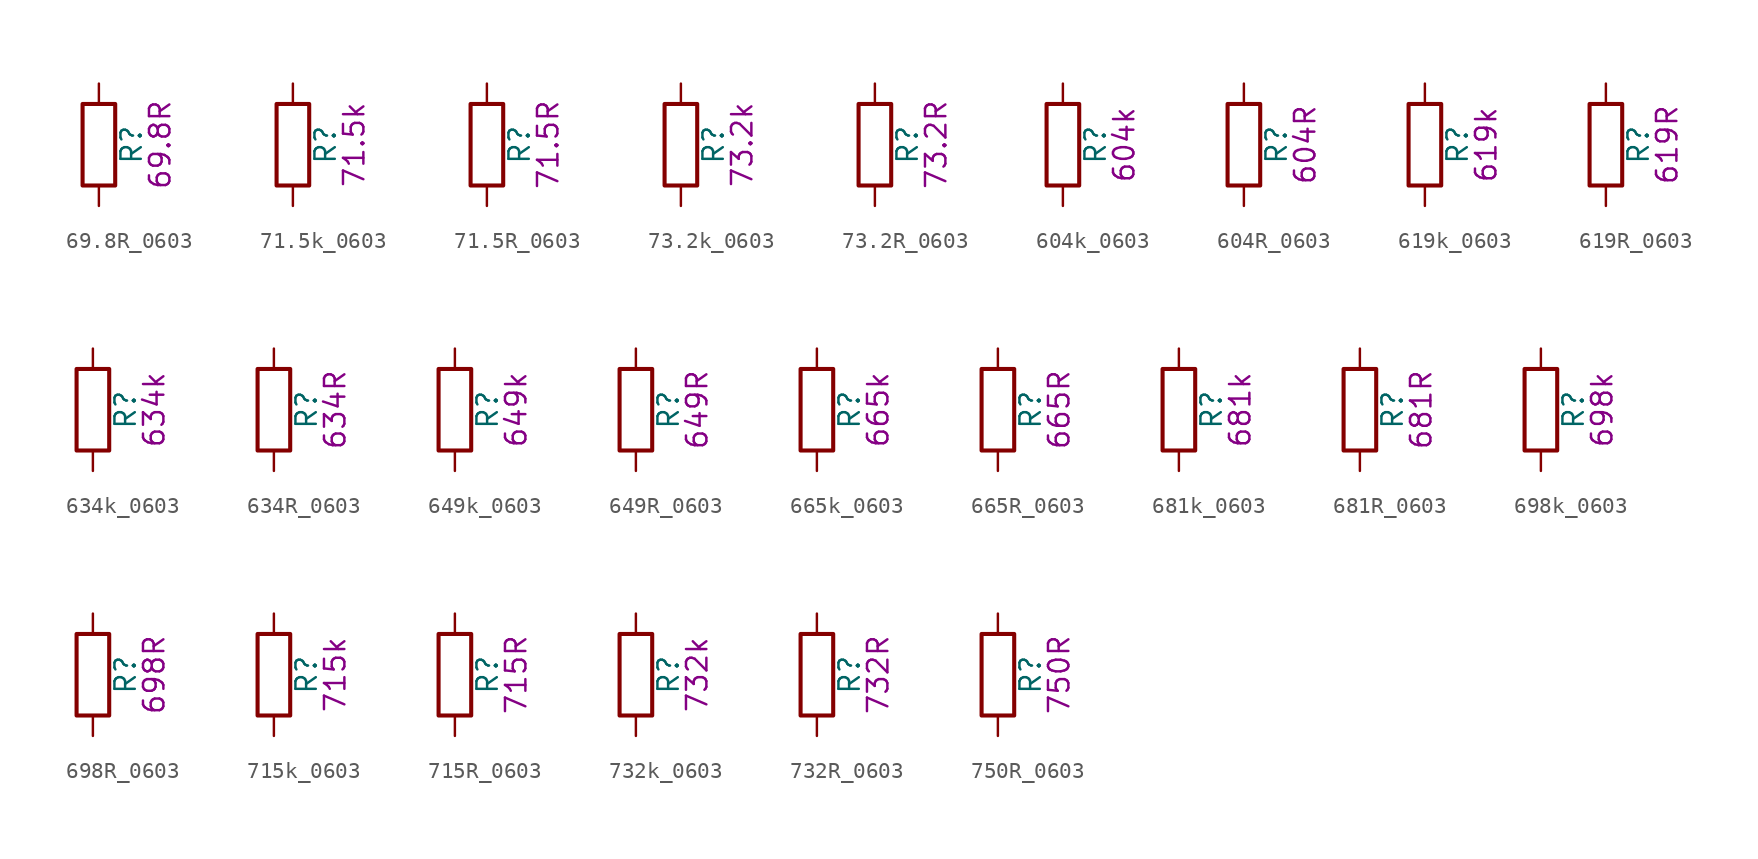
<source format=kicad_sym>
(kicad_symbol_lib
  (version 20211014)
  (generator kicad_symbol_editor)
  (symbol "69.8R_0603"
    (pin_numbers hide)
    (pin_names
      (offset 0))
    (property "Reference" "R"
      (at 2.032 0 90)
      (effects (font (size 1.27 1.27))))
    (property "Display" "69.8R"
      (at 3.81 0 90)
      (effects (font (size 1.27 1.27))))
    (symbol "69.8R_0603_0_1"
      (rectangle (start -1.016 -2.54) (end 1.016 2.54) (stroke (width 0.254) (type default) (color 0 0 0 0)) (fill (type none))))
    (symbol "69.8R_0603_1_1"
      (pin passive line (at 0 3.81 270) (length 1.27) (name "~" (effects (font (size 1.27 1.27)))) (number "1" (effects (font (size 1.27 1.27)))))
      (pin passive line (at 0 -3.81 90) (length 1.27) (name "~" (effects (font (size 1.27 1.27)))) (number "2" (effects (font (size 1.27 1.27)))))))
  (symbol "71.5k_0603"
    (pin_numbers hide)
    (pin_names
      (offset 0))
    (property "Reference" "R"
      (at 2.032 0 90)
      (effects (font (size 1.27 1.27))))
    (property "Display" "71.5k"
      (at 3.81 0 90)
      (effects (font (size 1.27 1.27))))
    (symbol "71.5k_0603_0_1"
      (rectangle (start -1.016 -2.54) (end 1.016 2.54) (stroke (width 0.254) (type default) (color 0 0 0 0)) (fill (type none))))
    (symbol "71.5k_0603_1_1"
      (pin passive line (at 0 3.81 270) (length 1.27) (name "~" (effects (font (size 1.27 1.27)))) (number "1" (effects (font (size 1.27 1.27)))))
      (pin passive line (at 0 -3.81 90) (length 1.27) (name "~" (effects (font (size 1.27 1.27)))) (number "2" (effects (font (size 1.27 1.27)))))))
  (symbol "71.5R_0603"
    (pin_numbers hide)
    (pin_names
      (offset 0))
    (property "Reference" "R"
      (at 2.032 0 90)
      (effects (font (size 1.27 1.27))))
    (property "Display" "71.5R"
      (at 3.81 0 90)
      (effects (font (size 1.27 1.27))))
    (symbol "71.5R_0603_0_1"
      (rectangle (start -1.016 -2.54) (end 1.016 2.54) (stroke (width 0.254) (type default) (color 0 0 0 0)) (fill (type none))))
    (symbol "71.5R_0603_1_1"
      (pin passive line (at 0 3.81 270) (length 1.27) (name "~" (effects (font (size 1.27 1.27)))) (number "1" (effects (font (size 1.27 1.27)))))
      (pin passive line (at 0 -3.81 90) (length 1.27) (name "~" (effects (font (size 1.27 1.27)))) (number "2" (effects (font (size 1.27 1.27)))))))
  (symbol "73.2k_0603"
    (pin_numbers hide)
    (pin_names
      (offset 0))
    (property "Reference" "R"
      (at 2.032 0 90)
      (effects (font (size 1.27 1.27))))
    (property "Display" "73.2k"
      (at 3.81 0 90)
      (effects (font (size 1.27 1.27))))
    (symbol "73.2k_0603_0_1"
      (rectangle (start -1.016 -2.54) (end 1.016 2.54) (stroke (width 0.254) (type default) (color 0 0 0 0)) (fill (type none))))
    (symbol "73.2k_0603_1_1"
      (pin passive line (at 0 3.81 270) (length 1.27) (name "~" (effects (font (size 1.27 1.27)))) (number "1" (effects (font (size 1.27 1.27)))))
      (pin passive line (at 0 -3.81 90) (length 1.27) (name "~" (effects (font (size 1.27 1.27)))) (number "2" (effects (font (size 1.27 1.27)))))))
  (symbol "73.2R_0603"
    (pin_numbers hide)
    (pin_names
      (offset 0))
    (property "Reference" "R"
      (at 2.032 0 90)
      (effects (font (size 1.27 1.27))))
    (property "Display" "73.2R"
      (at 3.81 0 90)
      (effects (font (size 1.27 1.27))))
    (symbol "73.2R_0603_0_1"
      (rectangle (start -1.016 -2.54) (end 1.016 2.54) (stroke (width 0.254) (type default) (color 0 0 0 0)) (fill (type none))))
    (symbol "73.2R_0603_1_1"
      (pin passive line (at 0 3.81 270) (length 1.27) (name "~" (effects (font (size 1.27 1.27)))) (number "1" (effects (font (size 1.27 1.27)))))
      (pin passive line (at 0 -3.81 90) (length 1.27) (name "~" (effects (font (size 1.27 1.27)))) (number "2" (effects (font (size 1.27 1.27)))))))
  (symbol "604k_0603"
    (pin_numbers hide)
    (pin_names
      (offset 0))
    (property "Reference" "R"
      (at 2.032 0 90)
      (effects (font (size 1.27 1.27))))
    (property "Display" "604k"
      (at 3.81 0 90)
      (effects (font (size 1.27 1.27))))
    (symbol "604k_0603_0_1"
      (rectangle (start -1.016 -2.54) (end 1.016 2.54) (stroke (width 0.254) (type default) (color 0 0 0 0)) (fill (type none))))
    (symbol "604k_0603_1_1"
      (pin passive line (at 0 3.81 270) (length 1.27) (name "~" (effects (font (size 1.27 1.27)))) (number "1" (effects (font (size 1.27 1.27)))))
      (pin passive line (at 0 -3.81 90) (length 1.27) (name "~" (effects (font (size 1.27 1.27)))) (number "2" (effects (font (size 1.27 1.27)))))))
  (symbol "604R_0603"
    (pin_numbers hide)
    (pin_names
      (offset 0))
    (property "Reference" "R"
      (at 2.032 0 90)
      (effects (font (size 1.27 1.27))))
    (property "Display" "604R"
      (at 3.81 0 90)
      (effects (font (size 1.27 1.27))))
    (symbol "604R_0603_0_1"
      (rectangle (start -1.016 -2.54) (end 1.016 2.54) (stroke (width 0.254) (type default) (color 0 0 0 0)) (fill (type none))))
    (symbol "604R_0603_1_1"
      (pin passive line (at 0 3.81 270) (length 1.27) (name "~" (effects (font (size 1.27 1.27)))) (number "1" (effects (font (size 1.27 1.27)))))
      (pin passive line (at 0 -3.81 90) (length 1.27) (name "~" (effects (font (size 1.27 1.27)))) (number "2" (effects (font (size 1.27 1.27)))))))
  (symbol "619k_0603"
    (pin_numbers hide)
    (pin_names
      (offset 0))
    (property "Reference" "R"
      (at 2.032 0 90)
      (effects (font (size 1.27 1.27))))
    (property "Display" "619k"
      (at 3.81 0 90)
      (effects (font (size 1.27 1.27))))
    (symbol "619k_0603_0_1"
      (rectangle (start -1.016 -2.54) (end 1.016 2.54) (stroke (width 0.254) (type default) (color 0 0 0 0)) (fill (type none))))
    (symbol "619k_0603_1_1"
      (pin passive line (at 0 3.81 270) (length 1.27) (name "~" (effects (font (size 1.27 1.27)))) (number "1" (effects (font (size 1.27 1.27)))))
      (pin passive line (at 0 -3.81 90) (length 1.27) (name "~" (effects (font (size 1.27 1.27)))) (number "2" (effects (font (size 1.27 1.27)))))))
  (symbol "619R_0603"
    (pin_numbers hide)
    (pin_names
      (offset 0))
    (property "Reference" "R"
      (at 2.032 0 90)
      (effects (font (size 1.27 1.27))))
    (property "Display" "619R"
      (at 3.81 0 90)
      (effects (font (size 1.27 1.27))))
    (symbol "619R_0603_0_1"
      (rectangle (start -1.016 -2.54) (end 1.016 2.54) (stroke (width 0.254) (type default) (color 0 0 0 0)) (fill (type none))))
    (symbol "619R_0603_1_1"
      (pin passive line (at 0 3.81 270) (length 1.27) (name "~" (effects (font (size 1.27 1.27)))) (number "1" (effects (font (size 1.27 1.27)))))
      (pin passive line (at 0 -3.81 90) (length 1.27) (name "~" (effects (font (size 1.27 1.27)))) (number "2" (effects (font (size 1.27 1.27)))))))
  (symbol "634k_0603"
    (pin_numbers hide)
    (pin_names
      (offset 0))
    (property "Reference" "R"
      (at 2.032 0 90)
      (effects (font (size 1.27 1.27))))
    (property "Display" "634k"
      (at 3.81 0 90)
      (effects (font (size 1.27 1.27))))
    (symbol "634k_0603_0_1"
      (rectangle (start -1.016 -2.54) (end 1.016 2.54) (stroke (width 0.254) (type default) (color 0 0 0 0)) (fill (type none))))
    (symbol "634k_0603_1_1"
      (pin passive line (at 0 3.81 270) (length 1.27) (name "~" (effects (font (size 1.27 1.27)))) (number "1" (effects (font (size 1.27 1.27)))))
      (pin passive line (at 0 -3.81 90) (length 1.27) (name "~" (effects (font (size 1.27 1.27)))) (number "2" (effects (font (size 1.27 1.27)))))))
  (symbol "634R_0603"
    (pin_numbers hide)
    (pin_names
      (offset 0))
    (property "Reference" "R"
      (at 2.032 0 90)
      (effects (font (size 1.27 1.27))))
    (property "Display" "634R"
      (at 3.81 0 90)
      (effects (font (size 1.27 1.27))))
    (symbol "634R_0603_0_1"
      (rectangle (start -1.016 -2.54) (end 1.016 2.54) (stroke (width 0.254) (type default) (color 0 0 0 0)) (fill (type none))))
    (symbol "634R_0603_1_1"
      (pin passive line (at 0 3.81 270) (length 1.27) (name "~" (effects (font (size 1.27 1.27)))) (number "1" (effects (font (size 1.27 1.27)))))
      (pin passive line (at 0 -3.81 90) (length 1.27) (name "~" (effects (font (size 1.27 1.27)))) (number "2" (effects (font (size 1.27 1.27)))))))
  (symbol "649k_0603"
    (pin_numbers hide)
    (pin_names
      (offset 0))
    (property "Reference" "R"
      (at 2.032 0 90)
      (effects (font (size 1.27 1.27))))
    (property "Display" "649k"
      (at 3.81 0 90)
      (effects (font (size 1.27 1.27))))
    (symbol "649k_0603_0_1"
      (rectangle (start -1.016 -2.54) (end 1.016 2.54) (stroke (width 0.254) (type default) (color 0 0 0 0)) (fill (type none))))
    (symbol "649k_0603_1_1"
      (pin passive line (at 0 3.81 270) (length 1.27) (name "~" (effects (font (size 1.27 1.27)))) (number "1" (effects (font (size 1.27 1.27)))))
      (pin passive line (at 0 -3.81 90) (length 1.27) (name "~" (effects (font (size 1.27 1.27)))) (number "2" (effects (font (size 1.27 1.27)))))))
  (symbol "649R_0603"
    (pin_numbers hide)
    (pin_names
      (offset 0))
    (property "Reference" "R"
      (at 2.032 0 90)
      (effects (font (size 1.27 1.27))))
    (property "Display" "649R"
      (at 3.81 0 90)
      (effects (font (size 1.27 1.27))))
    (symbol "649R_0603_0_1"
      (rectangle (start -1.016 -2.54) (end 1.016 2.54) (stroke (width 0.254) (type default) (color 0 0 0 0)) (fill (type none))))
    (symbol "649R_0603_1_1"
      (pin passive line (at 0 3.81 270) (length 1.27) (name "~" (effects (font (size 1.27 1.27)))) (number "1" (effects (font (size 1.27 1.27)))))
      (pin passive line (at 0 -3.81 90) (length 1.27) (name "~" (effects (font (size 1.27 1.27)))) (number "2" (effects (font (size 1.27 1.27)))))))
  (symbol "665k_0603"
    (pin_numbers hide)
    (pin_names
      (offset 0))
    (property "Reference" "R"
      (at 2.032 0 90)
      (effects (font (size 1.27 1.27))))
    (property "Display" "665k"
      (at 3.81 0 90)
      (effects (font (size 1.27 1.27))))
    (symbol "665k_0603_0_1"
      (rectangle (start -1.016 -2.54) (end 1.016 2.54) (stroke (width 0.254) (type default) (color 0 0 0 0)) (fill (type none))))
    (symbol "665k_0603_1_1"
      (pin passive line (at 0 3.81 270) (length 1.27) (name "~" (effects (font (size 1.27 1.27)))) (number "1" (effects (font (size 1.27 1.27)))))
      (pin passive line (at 0 -3.81 90) (length 1.27) (name "~" (effects (font (size 1.27 1.27)))) (number "2" (effects (font (size 1.27 1.27)))))))
  (symbol "665R_0603"
    (pin_numbers hide)
    (pin_names
      (offset 0))
    (property "Reference" "R"
      (at 2.032 0 90)
      (effects (font (size 1.27 1.27))))
    (property "Display" "665R"
      (at 3.81 0 90)
      (effects (font (size 1.27 1.27))))
    (symbol "665R_0603_0_1"
      (rectangle (start -1.016 -2.54) (end 1.016 2.54) (stroke (width 0.254) (type default) (color 0 0 0 0)) (fill (type none))))
    (symbol "665R_0603_1_1"
      (pin passive line (at 0 3.81 270) (length 1.27) (name "~" (effects (font (size 1.27 1.27)))) (number "1" (effects (font (size 1.27 1.27)))))
      (pin passive line (at 0 -3.81 90) (length 1.27) (name "~" (effects (font (size 1.27 1.27)))) (number "2" (effects (font (size 1.27 1.27)))))))
  (symbol "681k_0603"
    (pin_numbers hide)
    (pin_names
      (offset 0))
    (property "Reference" "R"
      (at 2.032 0 90)
      (effects (font (size 1.27 1.27))))
    (property "Display" "681k"
      (at 3.81 0 90)
      (effects (font (size 1.27 1.27))))
    (symbol "681k_0603_0_1"
      (rectangle (start -1.016 -2.54) (end 1.016 2.54) (stroke (width 0.254) (type default) (color 0 0 0 0)) (fill (type none))))
    (symbol "681k_0603_1_1"
      (pin passive line (at 0 3.81 270) (length 1.27) (name "~" (effects (font (size 1.27 1.27)))) (number "1" (effects (font (size 1.27 1.27)))))
      (pin passive line (at 0 -3.81 90) (length 1.27) (name "~" (effects (font (size 1.27 1.27)))) (number "2" (effects (font (size 1.27 1.27)))))))
  (symbol "681R_0603"
    (pin_numbers hide)
    (pin_names
      (offset 0))
    (property "Reference" "R"
      (at 2.032 0 90)
      (effects (font (size 1.27 1.27))))
    (property "Display" "681R"
      (at 3.81 0 90)
      (effects (font (size 1.27 1.27))))
    (symbol "681R_0603_0_1"
      (rectangle (start -1.016 -2.54) (end 1.016 2.54) (stroke (width 0.254) (type default) (color 0 0 0 0)) (fill (type none))))
    (symbol "681R_0603_1_1"
      (pin passive line (at 0 3.81 270) (length 1.27) (name "~" (effects (font (size 1.27 1.27)))) (number "1" (effects (font (size 1.27 1.27)))))
      (pin passive line (at 0 -3.81 90) (length 1.27) (name "~" (effects (font (size 1.27 1.27)))) (number "2" (effects (font (size 1.27 1.27)))))))
  (symbol "698k_0603"
    (pin_numbers hide)
    (pin_names
      (offset 0))
    (property "Reference" "R"
      (at 2.032 0 90)
      (effects (font (size 1.27 1.27))))
    (property "Display" "698k"
      (at 3.81 0 90)
      (effects (font (size 1.27 1.27))))
    (symbol "698k_0603_0_1"
      (rectangle (start -1.016 -2.54) (end 1.016 2.54) (stroke (width 0.254) (type default) (color 0 0 0 0)) (fill (type none))))
    (symbol "698k_0603_1_1"
      (pin passive line (at 0 3.81 270) (length 1.27) (name "~" (effects (font (size 1.27 1.27)))) (number "1" (effects (font (size 1.27 1.27)))))
      (pin passive line (at 0 -3.81 90) (length 1.27) (name "~" (effects (font (size 1.27 1.27)))) (number "2" (effects (font (size 1.27 1.27)))))))
  (symbol "698R_0603"
    (pin_numbers hide)
    (pin_names
      (offset 0))
    (property "Reference" "R"
      (at 2.032 0 90)
      (effects (font (size 1.27 1.27))))
    (property "Display" "698R"
      (at 3.81 0 90)
      (effects (font (size 1.27 1.27))))
    (symbol "698R_0603_0_1"
      (rectangle (start -1.016 -2.54) (end 1.016 2.54) (stroke (width 0.254) (type default) (color 0 0 0 0)) (fill (type none))))
    (symbol "698R_0603_1_1"
      (pin passive line (at 0 3.81 270) (length 1.27) (name "~" (effects (font (size 1.27 1.27)))) (number "1" (effects (font (size 1.27 1.27)))))
      (pin passive line (at 0 -3.81 90) (length 1.27) (name "~" (effects (font (size 1.27 1.27)))) (number "2" (effects (font (size 1.27 1.27)))))))
  (symbol "715k_0603"
    (pin_numbers hide)
    (pin_names
      (offset 0))
    (property "Reference" "R"
      (at 2.032 0 90)
      (effects (font (size 1.27 1.27))))
    (property "Display" "715k"
      (at 3.81 0 90)
      (effects (font (size 1.27 1.27))))
    (symbol "715k_0603_0_1"
      (rectangle (start -1.016 -2.54) (end 1.016 2.54) (stroke (width 0.254) (type default) (color 0 0 0 0)) (fill (type none))))
    (symbol "715k_0603_1_1"
      (pin passive line (at 0 3.81 270) (length 1.27) (name "~" (effects (font (size 1.27 1.27)))) (number "1" (effects (font (size 1.27 1.27)))))
      (pin passive line (at 0 -3.81 90) (length 1.27) (name "~" (effects (font (size 1.27 1.27)))) (number "2" (effects (font (size 1.27 1.27)))))))
  (symbol "715R_0603"
    (pin_numbers hide)
    (pin_names
      (offset 0))
    (property "Reference" "R"
      (at 2.032 0 90)
      (effects (font (size 1.27 1.27))))
    (property "Display" "715R"
      (at 3.81 0 90)
      (effects (font (size 1.27 1.27))))
    (symbol "715R_0603_0_1"
      (rectangle (start -1.016 -2.54) (end 1.016 2.54) (stroke (width 0.254) (type default) (color 0 0 0 0)) (fill (type none))))
    (symbol "715R_0603_1_1"
      (pin passive line (at 0 3.81 270) (length 1.27) (name "~" (effects (font (size 1.27 1.27)))) (number "1" (effects (font (size 1.27 1.27)))))
      (pin passive line (at 0 -3.81 90) (length 1.27) (name "~" (effects (font (size 1.27 1.27)))) (number "2" (effects (font (size 1.27 1.27)))))))
  (symbol "732k_0603"
    (pin_numbers hide)
    (pin_names
      (offset 0))
    (property "Reference" "R"
      (at 2.032 0 90)
      (effects (font (size 1.27 1.27))))
    (property "Display" "732k"
      (at 3.81 0 90)
      (effects (font (size 1.27 1.27))))
    (symbol "732k_0603_0_1"
      (rectangle (start -1.016 -2.54) (end 1.016 2.54) (stroke (width 0.254) (type default) (color 0 0 0 0)) (fill (type none))))
    (symbol "732k_0603_1_1"
      (pin passive line (at 0 3.81 270) (length 1.27) (name "~" (effects (font (size 1.27 1.27)))) (number "1" (effects (font (size 1.27 1.27)))))
      (pin passive line (at 0 -3.81 90) (length 1.27) (name "~" (effects (font (size 1.27 1.27)))) (number "2" (effects (font (size 1.27 1.27)))))))
  (symbol "732R_0603"
    (pin_numbers hide)
    (pin_names
      (offset 0))
    (property "Reference" "R"
      (at 2.032 0 90)
      (effects (font (size 1.27 1.27))))
    (property "Display" "732R"
      (at 3.81 0 90)
      (effects (font (size 1.27 1.27))))
    (symbol "732R_0603_0_1"
      (rectangle (start -1.016 -2.54) (end 1.016 2.54) (stroke (width 0.254) (type default) (color 0 0 0 0)) (fill (type none))))
    (symbol "732R_0603_1_1"
      (pin passive line (at 0 3.81 270) (length 1.27) (name "~" (effects (font (size 1.27 1.27)))) (number "1" (effects (font (size 1.27 1.27)))))
      (pin passive line (at 0 -3.81 90) (length 1.27) (name "~" (effects (font (size 1.27 1.27)))) (number "2" (effects (font (size 1.27 1.27)))))))
  (symbol "750R_0603"
    (pin_numbers hide)
    (pin_names
      (offset 0))
    (property "Reference" "R"
      (at 2.032 0 90)
      (effects (font (size 1.27 1.27))))
    (property "Display" "750R"
      (at 3.81 0 90)
      (effects (font (size 1.27 1.27))))
    (symbol "750R_0603_0_1"
      (rectangle (start -1.016 -2.54) (end 1.016 2.54) (stroke (width 0.254) (type default) (color 0 0 0 0)) (fill (type none))))
    (symbol "750R_0603_1_1"
      (pin passive line (at 0 3.81 270) (length 1.27) (name "~" (effects (font (size 1.27 1.27)))) (number "1" (effects (font (size 1.27 1.27)))))
      (pin passive line (at 0 -3.81 90) (length 1.27) (name "~" (effects (font (size 1.27 1.27)))) (number "2" (effects (font (size 1.27 1.27))))))))
</source>
